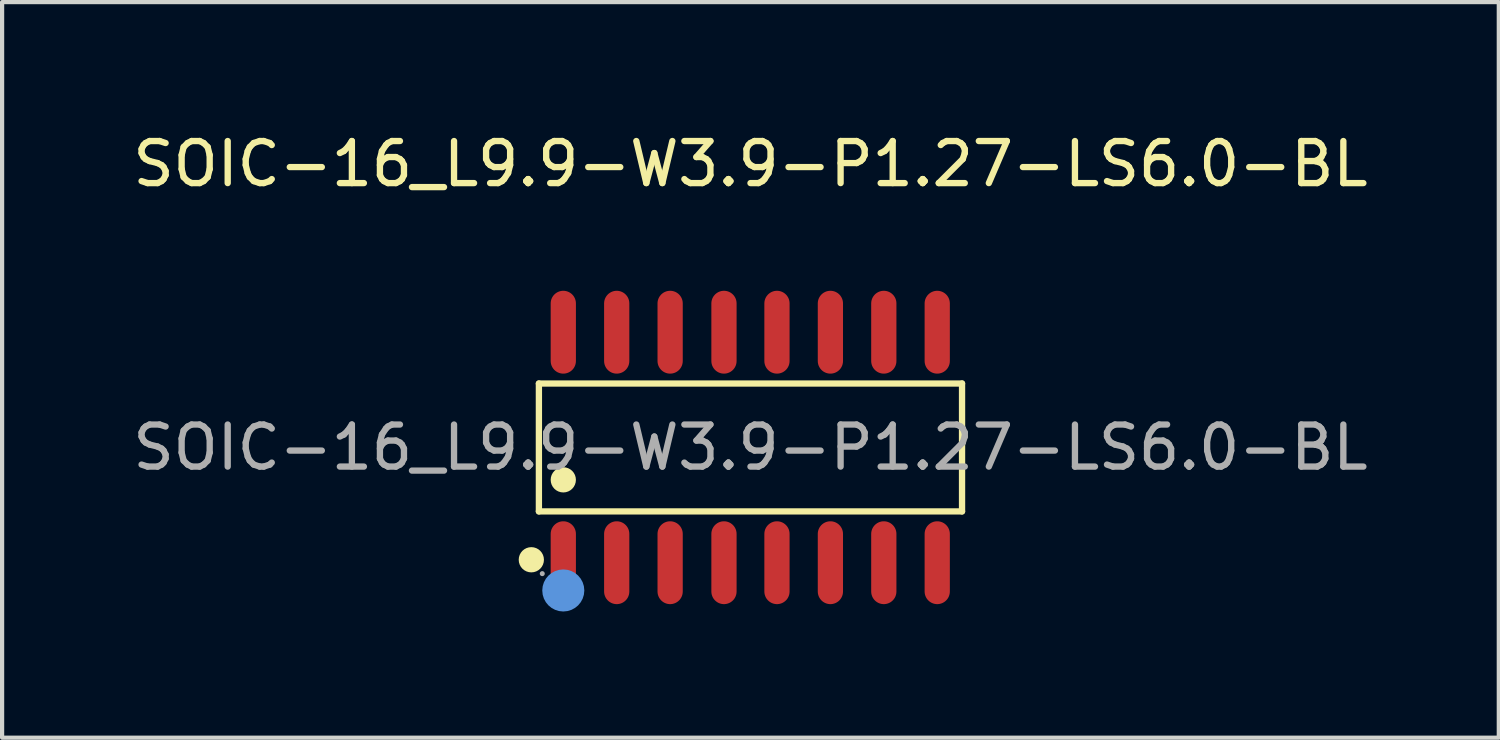
<source format=kicad_pcb>
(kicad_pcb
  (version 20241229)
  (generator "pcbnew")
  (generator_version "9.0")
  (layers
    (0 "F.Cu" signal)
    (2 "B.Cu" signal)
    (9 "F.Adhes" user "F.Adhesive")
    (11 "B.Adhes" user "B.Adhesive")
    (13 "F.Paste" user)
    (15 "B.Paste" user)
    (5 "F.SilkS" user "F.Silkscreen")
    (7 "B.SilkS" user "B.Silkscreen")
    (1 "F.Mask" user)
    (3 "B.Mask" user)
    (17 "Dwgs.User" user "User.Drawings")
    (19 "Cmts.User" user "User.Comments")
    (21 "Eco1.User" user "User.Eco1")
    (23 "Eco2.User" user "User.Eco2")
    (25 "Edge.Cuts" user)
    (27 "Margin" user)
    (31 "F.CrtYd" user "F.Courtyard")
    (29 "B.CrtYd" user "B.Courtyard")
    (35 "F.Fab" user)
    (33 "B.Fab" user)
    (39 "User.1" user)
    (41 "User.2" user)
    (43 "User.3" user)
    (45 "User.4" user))
  (footprint "SOIC-16_L9.9-W3.9-P1.27-LS6.0-BL"
    (layer "F.Cu")
    (at 14.792 7.588)
    (property "Reference" "SOIC-16_L9.9-W3.9-P1.27-LS6.0-BL" (at 0 -6.74 0) (layer "F.SilkS") (effects (font (size 1 1) (thickness 0.15))))
    (attr smd)
    (fp_line (start -5.03 -1.52) (end 5.03 -1.52) (stroke (width 0.15) (type solid)) (layer "F.SilkS"))
    (fp_line (start -5.03 1.52) (end -5.03 -1.52) (stroke (width 0.15) (type solid)) (layer "F.SilkS"))
    (fp_line (start 5.03 -1.52) (end 5.03 1.52) (stroke (width 0.15) (type solid)) (layer "F.SilkS"))
    (fp_line (start 5.03 1.52) (end -5.03 1.52) (stroke (width 0.15) (type solid)) (layer "F.SilkS"))
    (fp_circle (center -5.21 2.67) (end -5.06 2.67) (stroke (width 0.3) (type solid)) (fill no) (layer "F.SilkS"))
    (fp_circle (center -4.45 0.77) (end -4.3 0.77) (stroke (width 0.3) (type solid)) (fill no) (layer "F.SilkS"))
    (fp_circle (center -4.45 3.4) (end -4.2 3.4) (stroke (width 0.5) (type solid)) (fill no) (layer "Cmts.User"))
    (fp_circle (center -4.95 3) (end -4.92 3) (stroke (width 0.06) (type solid)) (fill no) (layer "F.Fab"))
    (fp_text user "${REFERENCE}" (at 0 0 0) (layer "F.Fab") (effects (font (size 1 1) (thickness 0.15))))
    (pad "1" smd oval (at -4.45 2.74) (size 0.6 1.97) (layers "F.Cu" "F.Mask" "F.Paste"))
    (pad "2" smd oval (at -3.18 2.74) (size 0.6 1.97) (layers "F.Cu" "F.Mask" "F.Paste"))
    (pad "3" smd oval (at -1.91 2.74) (size 0.6 1.97) (layers "F.Cu" "F.Mask" "F.Paste"))
    (pad "4" smd oval (at -0.63 2.74) (size 0.6 1.97) (layers "F.Cu" "F.Mask" "F.Paste"))
    (pad "5" smd oval (at 0.63 2.74) (size 0.6 1.97) (layers "F.Cu" "F.Mask" "F.Paste"))
    (pad "6" smd oval (at 1.9 2.74) (size 0.6 1.97) (layers "F.Cu" "F.Mask" "F.Paste"))
    (pad "7" smd oval (at 3.17 2.74) (size 0.6 1.97) (layers "F.Cu" "F.Mask" "F.Paste"))
    (pad "8" smd oval (at 4.44 2.74) (size 0.6 1.97) (layers "F.Cu" "F.Mask" "F.Paste"))
    (pad "9" smd oval (at 4.44 -2.74) (size 0.6 1.97) (layers "F.Cu" "F.Mask" "F.Paste"))
    (pad "10" smd oval (at 3.17 -2.74) (size 0.6 1.97) (layers "F.Cu" "F.Mask" "F.Paste"))
    (pad "11" smd oval (at 1.9 -2.74) (size 0.6 1.97) (layers "F.Cu" "F.Mask" "F.Paste"))
    (pad "12" smd oval (at 0.63 -2.74) (size 0.6 1.97) (layers "F.Cu" "F.Mask" "F.Paste"))
    (pad "13" smd oval (at -0.63 -2.74) (size 0.6 1.97) (layers "F.Cu" "F.Mask" "F.Paste"))
    (pad "14" smd oval (at -1.91 -2.74) (size 0.6 1.97) (layers "F.Cu" "F.Mask" "F.Paste"))
    (pad "15" smd oval (at -3.18 -2.74) (size 0.6 1.97) (layers "F.Cu" "F.Mask" "F.Paste"))
    (pad "16" smd oval (at -4.45 -2.74) (size 0.6 1.97) (layers "F.Cu" "F.Mask" "F.Paste")))
  (gr_rect
    (start -3 -3)
    (end 32.583 14.488)
    (stroke (width 0.1) (type default))
    (fill no)
    (layer "Edge.Cuts")))
</source>
